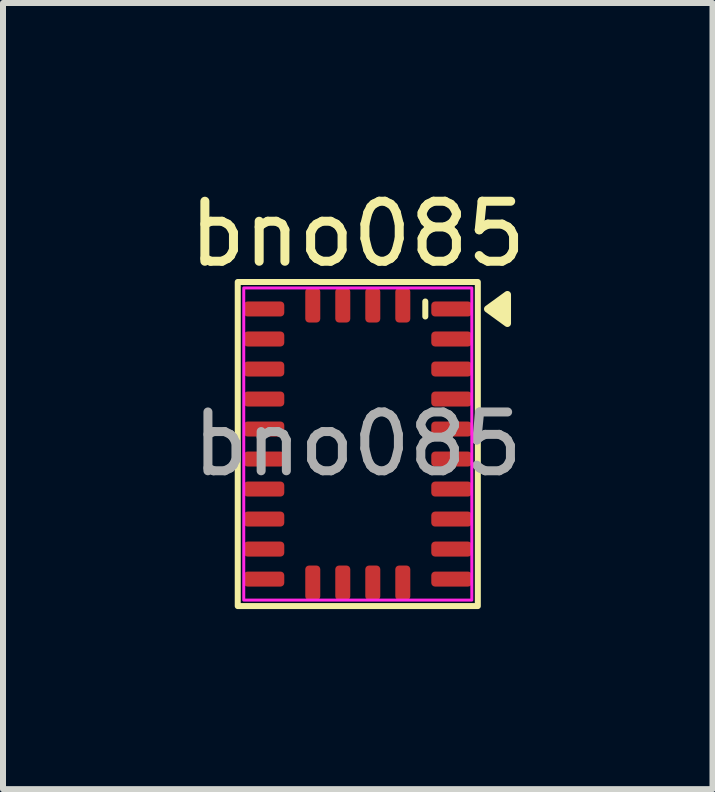
<source format=kicad_pcb>
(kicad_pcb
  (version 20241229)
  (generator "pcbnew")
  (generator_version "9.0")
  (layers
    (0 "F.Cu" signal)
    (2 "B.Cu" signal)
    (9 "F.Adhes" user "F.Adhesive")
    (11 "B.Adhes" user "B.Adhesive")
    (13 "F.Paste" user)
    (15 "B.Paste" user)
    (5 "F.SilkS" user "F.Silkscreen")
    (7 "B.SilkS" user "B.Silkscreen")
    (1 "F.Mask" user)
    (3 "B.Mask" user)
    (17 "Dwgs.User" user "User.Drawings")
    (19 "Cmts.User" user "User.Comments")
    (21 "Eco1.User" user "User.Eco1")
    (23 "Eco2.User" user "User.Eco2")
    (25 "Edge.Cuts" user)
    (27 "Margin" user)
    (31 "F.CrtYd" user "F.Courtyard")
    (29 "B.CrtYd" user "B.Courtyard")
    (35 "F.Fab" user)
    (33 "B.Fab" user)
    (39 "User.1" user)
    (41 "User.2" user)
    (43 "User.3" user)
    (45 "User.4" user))
  (footprint "bno085"
    (layer "F.Cu")
    (at 2.911 4.348)
    (property "Reference" "bno085" (at 0 -3.5 0) (layer "F.SilkS") (effects (font (size 1 1) (thickness 0.15))))
    (attr smd)
    (fp_line (start 1.125 -2.375) (end 1.125 -2.125) (stroke (width 0.1) (type default)) (layer "F.SilkS"))
    (fp_rect (start -2 -2.7) (end 2 2.7) (stroke (width 0.1) (type default)) (fill no) (layer "F.SilkS"))
    (fp_poly (pts (xy 2.163 -2.25) (xy 2.493 -2.49) (xy 2.493 -2.01) (xy 2.163 -2.25)) (stroke (width 0.12) (type solid)) (fill yes) (layer "F.SilkS"))
    (fp_rect (start -1.9 -2.6) (end 1.9 2.6) (stroke (width 0.05) (type default)) (fill no) (layer "F.CrtYd"))
    (fp_text user "${REFERENCE}" (at 0 0 0) (layer "F.Fab") (effects (font (size 0.98 0.98) (thickness 0.15))))
    (pad "1" smd roundrect (at 1.562 -2.25) (size 0.675 0.25) (layers "F.Cu" "F.Mask" "F.Paste") (roundrect_rratio 0.25))
    (pad "2" smd roundrect (at 0.75 -2.312) (size 0.25 0.575) (layers "F.Cu" "F.Mask" "F.Paste") (roundrect_rratio 0.25))
    (pad "3" smd roundrect (at 0.25 -2.312) (size 0.25 0.575) (layers "F.Cu" "F.Mask" "F.Paste") (roundrect_rratio 0.25))
    (pad "4" smd roundrect (at -0.25 -2.312) (size 0.25 0.575) (layers "F.Cu" "F.Mask" "F.Paste") (roundrect_rratio 0.25))
    (pad "5" smd roundrect (at -0.75 -2.312) (size 0.25 0.575) (layers "F.Cu" "F.Mask" "F.Paste") (roundrect_rratio 0.25))
    (pad "6" smd roundrect (at -1.562 -2.25) (size 0.675 0.25) (layers "F.Cu" "F.Mask" "F.Paste") (roundrect_rratio 0.25))
    (pad "7" smd roundrect (at -1.562 -1.75) (size 0.675 0.25) (layers "F.Cu" "F.Mask" "F.Paste") (roundrect_rratio 0.25))
    (pad "8" smd roundrect (at -1.562 -1.25) (size 0.675 0.25) (layers "F.Cu" "F.Mask" "F.Paste") (roundrect_rratio 0.25))
    (pad "9" smd roundrect (at -1.562 -0.75) (size 0.675 0.25) (layers "F.Cu" "F.Mask" "F.Paste") (roundrect_rratio 0.25))
    (pad "10" smd roundrect (at -1.562 -0.25) (size 0.675 0.25) (layers "F.Cu" "F.Mask" "F.Paste") (roundrect_rratio 0.25))
    (pad "11" smd roundrect (at -1.562 0.25) (size 0.675 0.25) (layers "F.Cu" "F.Mask" "F.Paste") (roundrect_rratio 0.25))
    (pad "12" smd roundrect (at -1.562 0.75) (size 0.675 0.25) (layers "F.Cu" "F.Mask" "F.Paste") (roundrect_rratio 0.25))
    (pad "13" smd roundrect (at -1.562 1.25) (size 0.675 0.25) (layers "F.Cu" "F.Mask" "F.Paste") (roundrect_rratio 0.25))
    (pad "14" smd roundrect (at -1.562 1.75) (size 0.675 0.25) (layers "F.Cu" "F.Mask" "F.Paste") (roundrect_rratio 0.25))
    (pad "15" smd roundrect (at -1.562 2.25) (size 0.675 0.25) (layers "F.Cu" "F.Mask" "F.Paste") (roundrect_rratio 0.25))
    (pad "16" smd roundrect (at -0.75 2.312) (size 0.25 0.575) (layers "F.Cu" "F.Mask" "F.Paste") (roundrect_rratio 0.25))
    (pad "17" smd roundrect (at -0.25 2.312) (size 0.25 0.575) (layers "F.Cu" "F.Mask" "F.Paste") (roundrect_rratio 0.25))
    (pad "18" smd roundrect (at 0.25 2.312) (size 0.25 0.575) (layers "F.Cu" "F.Mask" "F.Paste") (roundrect_rratio 0.25))
    (pad "19" smd roundrect (at 0.75 2.312) (size 0.25 0.575) (layers "F.Cu" "F.Mask" "F.Paste") (roundrect_rratio 0.25))
    (pad "20" smd roundrect (at 1.562 2.25) (size 0.675 0.25) (layers "F.Cu" "F.Mask" "F.Paste") (roundrect_rratio 0.25))
    (pad "21" smd roundrect (at 1.562 1.75) (size 0.675 0.25) (layers "F.Cu" "F.Mask" "F.Paste") (roundrect_rratio 0.25))
    (pad "22" smd roundrect (at 1.562 1.25) (size 0.675 0.25) (layers "F.Cu" "F.Mask" "F.Paste") (roundrect_rratio 0.25))
    (pad "23" smd roundrect (at 1.562 0.75) (size 0.675 0.25) (layers "F.Cu" "F.Mask" "F.Paste") (roundrect_rratio 0.25))
    (pad "24" smd roundrect (at 1.562 0.25) (size 0.675 0.25) (layers "F.Cu" "F.Mask" "F.Paste") (roundrect_rratio 0.25))
    (pad "25" smd roundrect (at 1.562 -0.25) (size 0.675 0.25) (layers "F.Cu" "F.Mask" "F.Paste") (roundrect_rratio 0.25))
    (pad "26" smd roundrect (at 1.562 -0.75) (size 0.675 0.25) (layers "F.Cu" "F.Mask" "F.Paste") (roundrect_rratio 0.25))
    (pad "27" smd roundrect (at 1.562 -1.25) (size 0.675 0.25) (layers "F.Cu" "F.Mask" "F.Paste") (roundrect_rratio 0.25))
    (pad "28" smd roundrect (at 1.562 -1.75) (size 0.675 0.25) (layers "F.Cu" "F.Mask" "F.Paste") (roundrect_rratio 0.25)))
  (gr_rect
    (start -3 -3)
    (end 8.821 10.098)
    (stroke (width 0.1) (type default))
    (fill no)
    (layer "Edge.Cuts")))
</source>
